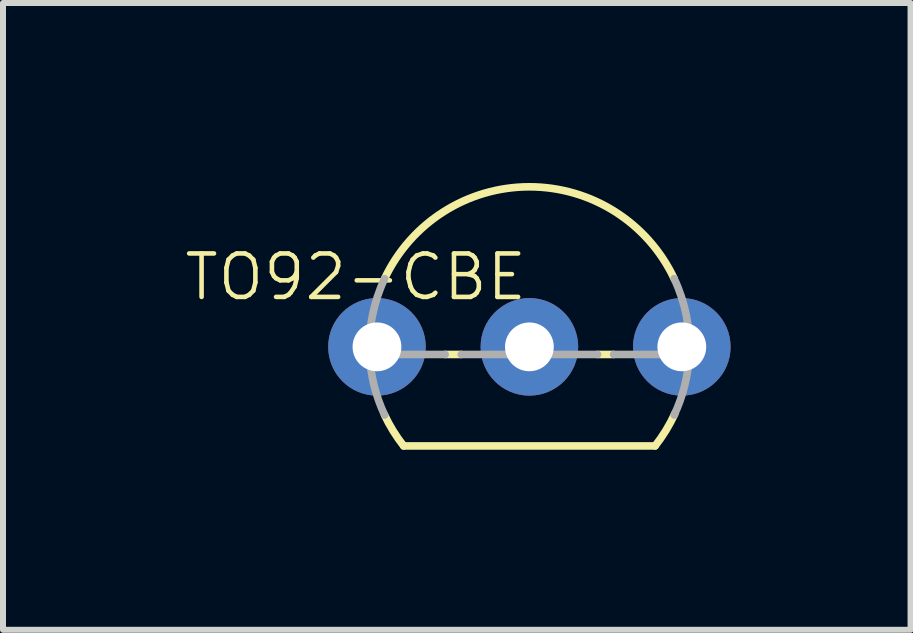
<source format=kicad_pcb>
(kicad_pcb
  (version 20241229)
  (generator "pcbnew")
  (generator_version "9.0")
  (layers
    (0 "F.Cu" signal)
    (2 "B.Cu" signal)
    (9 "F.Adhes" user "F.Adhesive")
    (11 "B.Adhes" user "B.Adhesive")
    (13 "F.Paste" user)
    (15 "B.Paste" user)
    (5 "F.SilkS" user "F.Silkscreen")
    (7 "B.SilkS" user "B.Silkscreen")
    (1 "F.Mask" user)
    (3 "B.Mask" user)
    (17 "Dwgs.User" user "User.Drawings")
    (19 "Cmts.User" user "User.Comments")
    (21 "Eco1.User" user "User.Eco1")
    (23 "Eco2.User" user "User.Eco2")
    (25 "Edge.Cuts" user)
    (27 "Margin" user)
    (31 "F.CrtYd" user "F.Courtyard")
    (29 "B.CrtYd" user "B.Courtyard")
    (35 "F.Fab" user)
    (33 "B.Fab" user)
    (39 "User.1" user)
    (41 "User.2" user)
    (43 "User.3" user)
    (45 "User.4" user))
  (footprint "TO92-CBE"
    (layer "F.Cu")
    (at 5.772 2.73)
    (property "Reference" "TO92-CBE" (at 0 -1.587 0) (layer "F.SilkS") (effects (font (size 0.724 0.724) (thickness 0.076)) (justify right top)))
    (attr through_hole)
    (fp_line (start -2.095 1.651) (end 2.095 1.651) (stroke (width 0.127) (type solid)) (layer "F.SilkS"))
    (fp_line (start -1.136 0.127) (end -1.404 0.127) (stroke (width 0.127) (type solid)) (layer "F.SilkS"))
    (fp_line (start 1.404 0.127) (end 1.136 0.127) (stroke (width 0.127) (type solid)) (layer "F.SilkS"))
    (fp_arc (start -2.413 -1.1359) (mid -0.000001 -2.666986) (end 2.412999 -1.135901) (stroke (width 0.127) (type solid)) (layer "F.SilkS"))
    (fp_arc (start -2.095 1.651) (mid -2.268918 1.40252) (end -2.4135 1.1359) (stroke (width 0.127) (type solid)) (layer "F.SilkS"))
    (fp_arc (start 2.4247 1.1118) (mid 2.275878 1.391201) (end 2.095 1.651) (stroke (width 0.127) (type solid)) (layer "F.SilkS"))
    (fp_line (start -1.404 0.127) (end -2.664 0.127) (stroke (width 0.127) (type solid)) (layer "F.Fab"))
    (fp_line (start 1.136 0.127) (end -1.136 0.127) (stroke (width 0.127) (type solid)) (layer "F.Fab"))
    (fp_line (start 2.664 0.127) (end 1.404 0.127) (stroke (width 0.127) (type solid)) (layer "F.Fab"))
    (fp_arc (start -2.664 0.127) (mid -2.615858 -0.519825) (end -2.413 -1.1359) (stroke (width 0.127) (type solid)) (layer "F.Fab"))
    (fp_arc (start -2.413 1.1359) (mid -2.588137 0.643799) (end -2.664 0.127) (stroke (width 0.127) (type solid)) (layer "F.Fab"))
    (fp_arc (start 2.413 -1.1359) (mid 2.615858 -0.519825) (end 2.664 0.127) (stroke (width 0.127) (type solid)) (layer "F.Fab"))
    (fp_arc (start 2.664 0.127) (mid 2.588137 0.643799) (end 2.413 1.1359) (stroke (width 0.127) (type solid)) (layer "F.Fab"))
    (pad "B" thru_hole circle (at 0 0 90) (size 1.626 1.626) (drill 0.813) (layers "*.Cu" "*.Mask"))
    (pad "C" thru_hole circle (at 2.54 0 90) (size 1.626 1.626) (drill 0.813) (layers "*.Cu" "*.Mask"))
    (pad "E" thru_hole circle (at -2.54 0 90) (size 1.626 1.626) (drill 0.813) (layers "*.Cu" "*.Mask")))
  (gr_rect
    (start -3 -3)
    (end 12.124 7.445)
    (stroke (width 0.1) (type default))
    (fill no)
    (layer "Edge.Cuts")))
</source>
